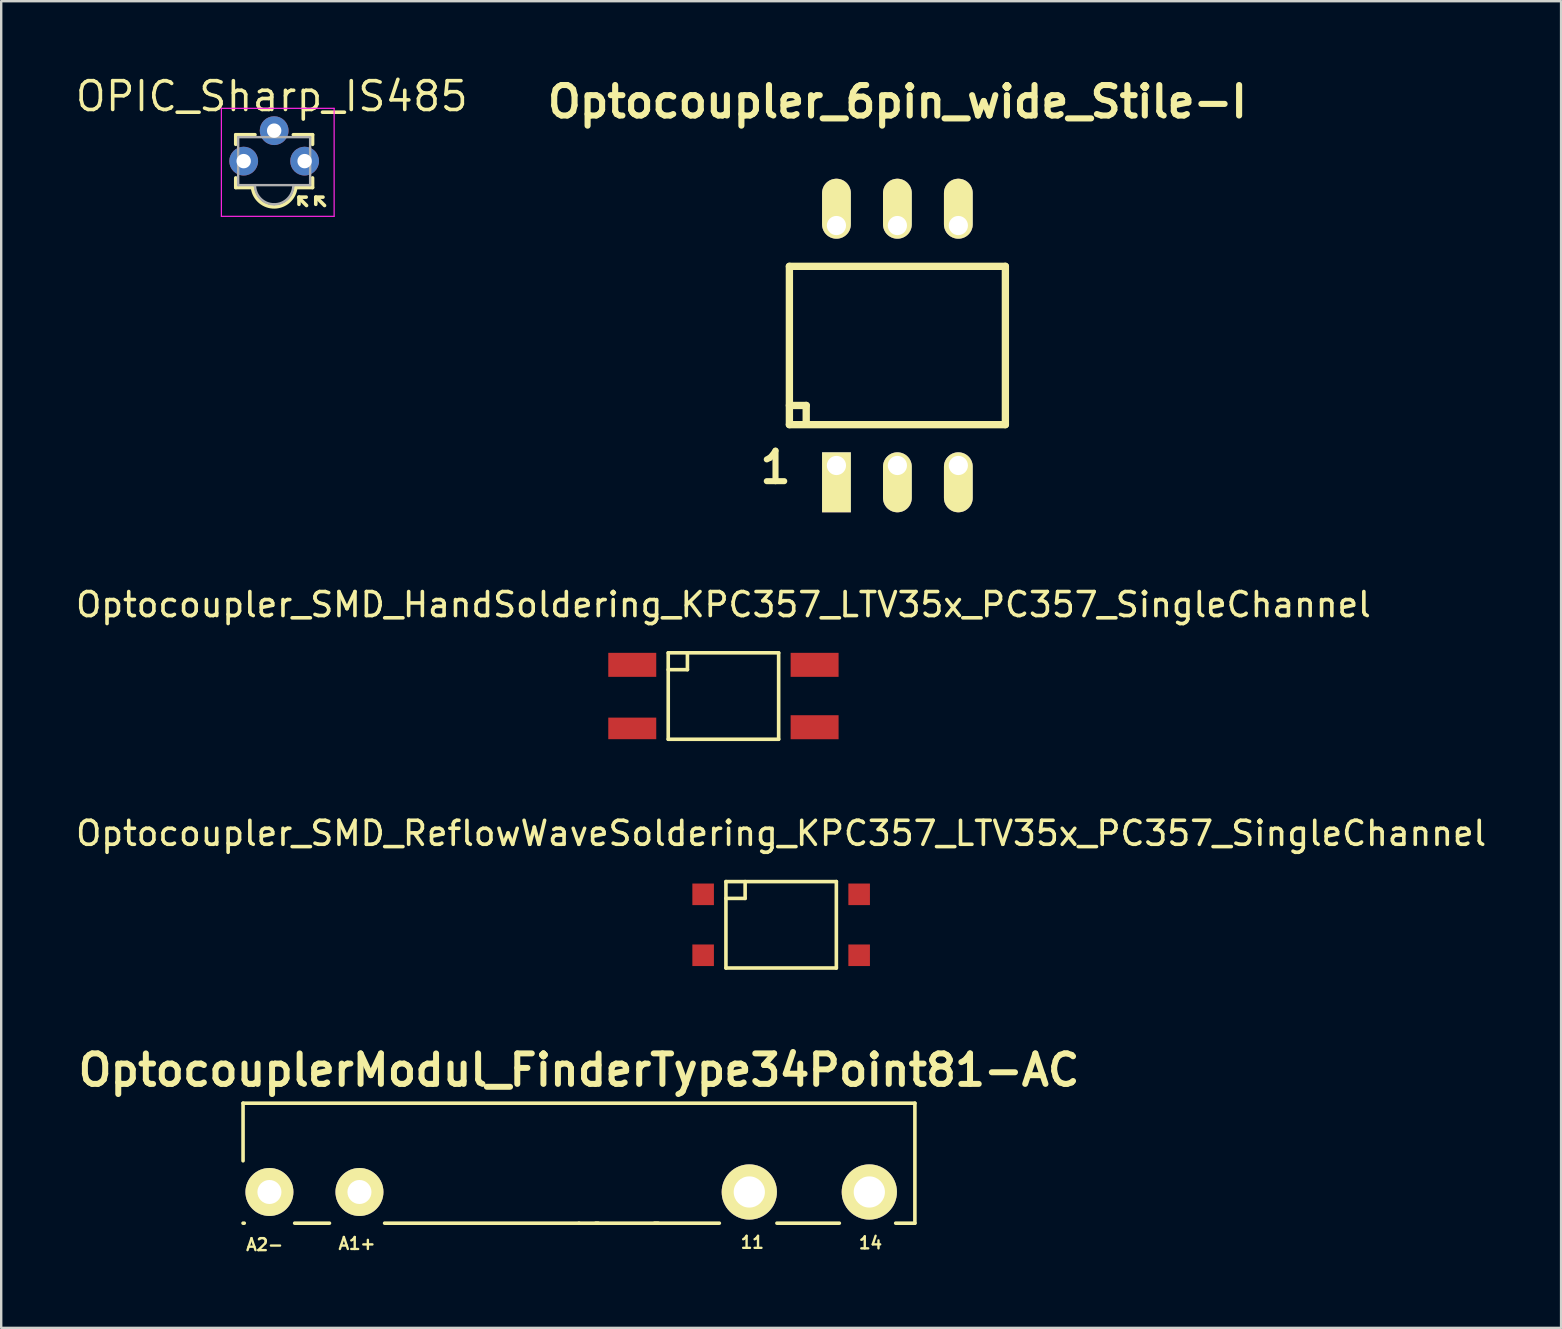
<source format=kicad_pcb>
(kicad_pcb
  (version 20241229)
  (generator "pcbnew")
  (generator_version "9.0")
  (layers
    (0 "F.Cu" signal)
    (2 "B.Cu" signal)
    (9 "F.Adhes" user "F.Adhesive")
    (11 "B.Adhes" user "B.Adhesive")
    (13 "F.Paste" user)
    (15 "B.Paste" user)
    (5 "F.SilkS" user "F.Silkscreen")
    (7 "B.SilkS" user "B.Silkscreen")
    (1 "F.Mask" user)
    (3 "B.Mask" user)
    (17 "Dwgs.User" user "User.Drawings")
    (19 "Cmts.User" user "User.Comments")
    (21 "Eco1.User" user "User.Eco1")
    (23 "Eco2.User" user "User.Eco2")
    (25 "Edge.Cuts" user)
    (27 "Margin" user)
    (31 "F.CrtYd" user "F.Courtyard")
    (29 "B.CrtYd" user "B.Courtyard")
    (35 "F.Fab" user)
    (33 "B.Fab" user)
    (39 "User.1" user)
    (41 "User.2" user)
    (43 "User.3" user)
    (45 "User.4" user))
  (footprint "Optocoupler_6pin_wide_Stile-I"
    (layer "F.Cu")
    (at 34.351 11.349)
    (property "Reference" "Optocoupler_6pin_wide_Stile-I" (at 0 -10.16 0) (layer "F.SilkS") (effects (font (size 1.27 1.27) (thickness 0.254))))
    (attr through_hole)
    (fp_line (start -4.501 -3.299) (end 4.501 -3.299) (stroke (width 0.305) (type solid)) (layer "F.SilkS"))
    (fp_line (start -4.501 2.499) (end -3.8 2.499) (stroke (width 0.305) (type solid)) (layer "F.SilkS"))
    (fp_line (start -4.501 3.299) (end -4.501 -3.299) (stroke (width 0.305) (type solid)) (layer "F.SilkS"))
    (fp_line (start -3.8 2.499) (end -3.8 3.2) (stroke (width 0.305) (type solid)) (layer "F.SilkS"))
    (fp_line (start 4.501 -3.299) (end 4.501 3.299) (stroke (width 0.305) (type solid)) (layer "F.SilkS"))
    (fp_line (start 4.501 3.299) (end -4.501 3.299) (stroke (width 0.305) (type solid)) (layer "F.SilkS"))
    (fp_text user "1" (at -5.08 5.08 0) (layer "F.SilkS") (effects (font (size 1.27 1.27) (thickness 0.254))))
    (pad "1" thru_hole rect (at -2.54 5.001) (size 1.199 2.499) (drill 0.8 (offset 0 0.701)) (layers "*.Cu" "*.Mask" "F.SilkS"))
    (pad "2" thru_hole oval (at 0 5.001) (size 1.199 2.499) (drill 0.8 (offset 0 0.701)) (layers "*.Cu" "*.Mask" "F.SilkS"))
    (pad "3" thru_hole oval (at 2.54 5.001) (size 1.199 2.499) (drill 0.8 (offset 0 0.701)) (layers "*.Cu" "*.Mask" "F.SilkS"))
    (pad "4" thru_hole oval (at 2.54 -4.999) (size 1.199 2.499) (drill 0.8 (offset 0 -0.701)) (layers "*.Cu" "*.Mask" "F.SilkS"))
    (pad "5" thru_hole oval (at 0 -4.999) (size 1.199 2.499) (drill 0.8 (offset 0 -0.701)) (layers "*.Cu" "*.Mask" "F.SilkS"))
    (pad "6" thru_hole oval (at -2.54 -4.999) (size 1.199 2.499) (drill 0.8 (offset 0 -0.701)) (layers "*.Cu" "*.Mask" "F.SilkS")))
  (footprint "Optocoupler_SMD_HandSoldering_KPC357_LTV35x_PC357_SingleChannel"
    (layer "F.Cu")
    (at 27.101 25.959)
    (property "Reference" "Optocoupler_SMD_HandSoldering_KPC357_LTV35x_PC357_SingleChannel" (at 0 -3.81 0) (layer "F.SilkS") (effects (font (size 1 1) (thickness 0.15))))
    (attr through_hole)
    (fp_line (start -2.301 -1.801) (end -2.301 1.801) (stroke (width 0.15) (type solid)) (layer "F.SilkS"))
    (fp_line (start -2.301 1.801) (end 2.301 1.801) (stroke (width 0.15) (type solid)) (layer "F.SilkS"))
    (fp_line (start -1.501 -1.801) (end -1.501 -1.1) (stroke (width 0.15) (type solid)) (layer "F.SilkS"))
    (fp_line (start -1.501 -1.1) (end -2.301 -1.1) (stroke (width 0.15) (type solid)) (layer "F.SilkS"))
    (fp_line (start 2.301 -1.801) (end -2.301 -1.801) (stroke (width 0.15) (type solid)) (layer "F.SilkS"))
    (fp_line (start 2.301 1.801) (end 2.301 -1.801) (stroke (width 0.15) (type solid)) (layer "F.SilkS"))
    (pad "1" smd rect (at -3.8 -1.3) (size 1.999 1.001) (layers "F.Cu" "F.Mask" "F.Paste"))
    (pad "2" smd rect (at -3.8 1.349) (size 1.999 0.899) (layers "F.Cu" "F.Mask" "F.Paste"))
    (pad "3" smd rect (at 3.8 1.3) (size 1.999 1.001) (layers "F.Cu" "F.Mask" "F.Paste"))
    (pad "4" smd rect (at 3.8 -1.3) (size 1.999 1.001) (layers "F.Cu" "F.Mask" "F.Paste")))
  (footprint "OPIC_Sharp_IS485"
    (layer "F.Cu")
    (at 7.106 3.665)
    (property "Reference" "OPIC_Sharp_IS485" (at 1.17 -2.7 0) (layer "F.SilkS") (effects (font (size 1.2 1.2) (thickness 0.15))))
    (attr through_hole)
    (fp_line (start -0.33 -1.1) (end -0.33 -0.7) (stroke (width 0.15) (type solid)) (layer "F.SilkS"))
    (fp_line (start -0.33 0.7) (end -0.33 1.1) (stroke (width 0.15) (type solid)) (layer "F.SilkS"))
    (fp_line (start -0.33 1.1) (end 0.37 1.1) (stroke (width 0.15) (type solid)) (layer "F.SilkS"))
    (fp_line (start 0.47 -1.1) (end -0.33 -1.1) (stroke (width 0.15) (type solid)) (layer "F.SilkS"))
    (fp_line (start 2.07 -1.1) (end 2.87 -1.1) (stroke (width 0.15) (type solid)) (layer "F.SilkS"))
    (fp_line (start 2.17 1.1) (end 2.87 1.1) (stroke (width 0.15) (type solid)) (layer "F.SilkS"))
    (fp_line (start 2.305 1.5) (end 2.305 1.8) (stroke (width 0.15) (type solid)) (layer "F.SilkS"))
    (fp_line (start 2.305 1.5) (end 2.605 1.5) (stroke (width 0.15) (type solid)) (layer "F.SilkS"))
    (fp_line (start 2.32 1.55) (end 2.62 1.85) (stroke (width 0.15) (type solid)) (layer "F.SilkS"))
    (fp_line (start 2.87 -0.7) (end 2.87 -1.1) (stroke (width 0.15) (type solid)) (layer "F.SilkS"))
    (fp_line (start 2.87 1.1) (end 2.87 0.7) (stroke (width 0.15) (type solid)) (layer "F.SilkS"))
    (fp_line (start 3.005 1.5) (end 3.005 1.8) (stroke (width 0.15) (type solid)) (layer "F.SilkS"))
    (fp_line (start 3.005 1.5) (end 3.305 1.5) (stroke (width 0.15) (type solid)) (layer "F.SilkS"))
    (fp_line (start 3.07 1.55) (end 3.37 1.85) (stroke (width 0.15) (type solid)) (layer "F.SilkS"))
    (fp_arc (start 2.17 1.1) (mid 1.288329 1.905353) (end 0.374785 1.136345) (stroke (width 0.15) (type solid)) (layer "F.SilkS"))
    (fp_line (start -0.93 -2.2) (end 3.77 -2.2) (stroke (width 0.05) (type solid)) (layer "F.CrtYd"))
    (fp_line (start -0.93 2.3) (end -0.93 -2.2) (stroke (width 0.05) (type solid)) (layer "F.CrtYd"))
    (fp_line (start 3.77 -2.2) (end 3.77 2.3) (stroke (width 0.05) (type solid)) (layer "F.CrtYd"))
    (fp_line (start 3.77 2.3) (end -0.93 2.3) (stroke (width 0.05) (type solid)) (layer "F.CrtYd"))
    (fp_line (start -0.23 -1) (end -0.23 1) (stroke (width 0.1) (type solid)) (layer "F.Fab"))
    (fp_line (start -0.23 1) (end 2.77 1) (stroke (width 0.1) (type solid)) (layer "F.Fab"))
    (fp_line (start 2.77 -1) (end -0.23 -1) (stroke (width 0.1) (type solid)) (layer "F.Fab"))
    (fp_line (start 2.77 1) (end 2.77 -1) (stroke (width 0.1) (type solid)) (layer "F.Fab"))
    (fp_arc (start 1.27 1.8) (mid 0.704315 1.565685) (end 0.47 1) (stroke (width 0.1) (type solid)) (layer "F.Fab"))
    (fp_arc (start 2.07 1) (mid 1.835685 1.565685) (end 1.27 1.8) (stroke (width 0.1) (type solid)) (layer "F.Fab"))
    (pad "1" thru_hole circle (at 0 0) (size 1.2 1.2) (drill 0.6) (layers "*.Cu" "*.Mask"))
    (pad "2" thru_hole circle (at 1.27 -1.27) (size 1.2 1.2) (drill 0.6) (layers "*.Cu" "*.Mask"))
    (pad "3" thru_hole circle (at 2.54 0) (size 1.2 1.2) (drill 0.6) (layers "*.Cu" "*.Mask")))
  (footprint "Optocoupler_SMD_ReflowWaveSoldering_KPC357_LTV35x_PC357_SingleChannel"
    (layer "F.Cu")
    (at 29.506 35.493)
    (property "Reference" "Optocoupler_SMD_ReflowWaveSoldering_KPC357_LTV35x_PC357_SingleChannel" (at 0 -3.81 0) (layer "F.SilkS") (effects (font (size 1 1) (thickness 0.15))))
    (attr through_hole)
    (fp_line (start -2.301 -1.801) (end -2.301 1.801) (stroke (width 0.15) (type solid)) (layer "F.SilkS"))
    (fp_line (start -2.301 1.801) (end 2.301 1.801) (stroke (width 0.15) (type solid)) (layer "F.SilkS"))
    (fp_line (start -1.501 -1.801) (end -1.501 -1.1) (stroke (width 0.15) (type solid)) (layer "F.SilkS"))
    (fp_line (start -1.501 -1.1) (end -2.301 -1.1) (stroke (width 0.15) (type solid)) (layer "F.SilkS"))
    (fp_line (start 2.301 -1.801) (end -2.301 -1.801) (stroke (width 0.15) (type solid)) (layer "F.SilkS"))
    (fp_line (start 2.301 1.801) (end 2.301 -1.801) (stroke (width 0.15) (type solid)) (layer "F.SilkS"))
    (pad "1" smd rect (at -3.251 -1.27) (size 0.899 0.899) (layers "F.Cu" "F.Mask" "F.Paste"))
    (pad "2" smd rect (at -3.251 1.27) (size 0.899 0.899) (layers "F.Cu" "F.Mask" "F.Paste"))
    (pad "3" smd rect (at 3.251 1.27) (size 0.899 0.899) (layers "F.Cu" "F.Mask" "F.Paste"))
    (pad "4" smd rect (at 3.251 -1.27) (size 0.899 0.899) (layers "F.Cu" "F.Mask" "F.Paste")))
  (footprint "OptocouplerModul_FinderType34Point81-AC"
    (layer "F.Cu")
    (at 21.08 46.629)
    (property "Reference" "OptocouplerModul_FinderType34Point81-AC" (at 0 -5.08 0) (layer "F.SilkS") (effects (font (size 1.27 1.27) (thickness 0.249))))
    (attr through_hole)
    (fp_line (start -14 -3.701) (end -14 -1.3) (stroke (width 0.15) (type solid)) (layer "F.SilkS"))
    (fp_line (start -14 1.3) (end -13.95 1.3) (stroke (width 0.15) (type solid)) (layer "F.SilkS"))
    (fp_line (start -11.849 1.3) (end -10.399 1.3) (stroke (width 0.15) (type solid)) (layer "F.SilkS"))
    (fp_line (start -8.1 1.3) (end 0 1.3) (stroke (width 0.15) (type solid)) (layer "F.SilkS"))
    (fp_line (start 0 1.3) (end 0.8 1.3) (stroke (width 0.15) (type solid)) (layer "F.SilkS"))
    (fp_line (start 3.15 1.3) (end 5.85 1.3) (stroke (width 0.15) (type solid)) (layer "F.SilkS"))
    (fp_line (start 3.299 1.3) (end 0.701 1.3) (stroke (width 0.15) (type solid)) (layer "F.SilkS"))
    (fp_line (start 8.25 1.3) (end 10.851 1.3) (stroke (width 0.15) (type solid)) (layer "F.SilkS"))
    (fp_line (start 13.2 1.3) (end 14 1.3) (stroke (width 0.15) (type solid)) (layer "F.SilkS"))
    (fp_line (start 14 -3.701) (end -14 -3.701) (stroke (width 0.15) (type solid)) (layer "F.SilkS"))
    (fp_line (start 14 1.3) (end 14 -3.701) (stroke (width 0.15) (type solid)) (layer "F.SilkS"))
    (fp_text user "14" (at 12.149 2.123 0) (layer "F.SilkS") (effects (font (size 0.5 0.5) (thickness 0.099))))
    (fp_text user "11" (at 7.224 2.101 0) (layer "F.SilkS") (effects (font (size 0.5 0.5) (thickness 0.099))))
    (fp_text user "A1+" (at -9.251 2.149 0) (layer "F.SilkS") (effects (font (size 0.5 0.5) (thickness 0.099))))
    (fp_text user "A2-" (at -13.101 2.197 0) (layer "F.SilkS") (effects (font (size 0.5 0.5) (thickness 0.099))))
    (pad "11" thru_hole circle (at 7.099 0) (size 2.301 2.301) (drill 1.3) (layers "*.Cu" "*.Mask" "F.SilkS"))
    (pad "14" thru_hole circle (at 12.101 0) (size 2.301 2.301) (drill 1.3) (layers "*.Cu" "*.Mask" "F.SilkS"))
    (pad "A1" thru_hole circle (at -9.149 0) (size 1.999 1.999) (drill 1.001) (layers "*.Cu" "*.Mask" "F.SilkS"))
    (pad "A2" thru_hole circle (at -12.901 0) (size 1.999 1.999) (drill 1.001) (layers "*.Cu" "*.Mask" "F.SilkS")))
  (gr_rect
    (start -3 -3)
    (end 62.012 52.292)
    (stroke (width 0.1) (type default))
    (fill no)
    (layer "Edge.Cuts")))
</source>
